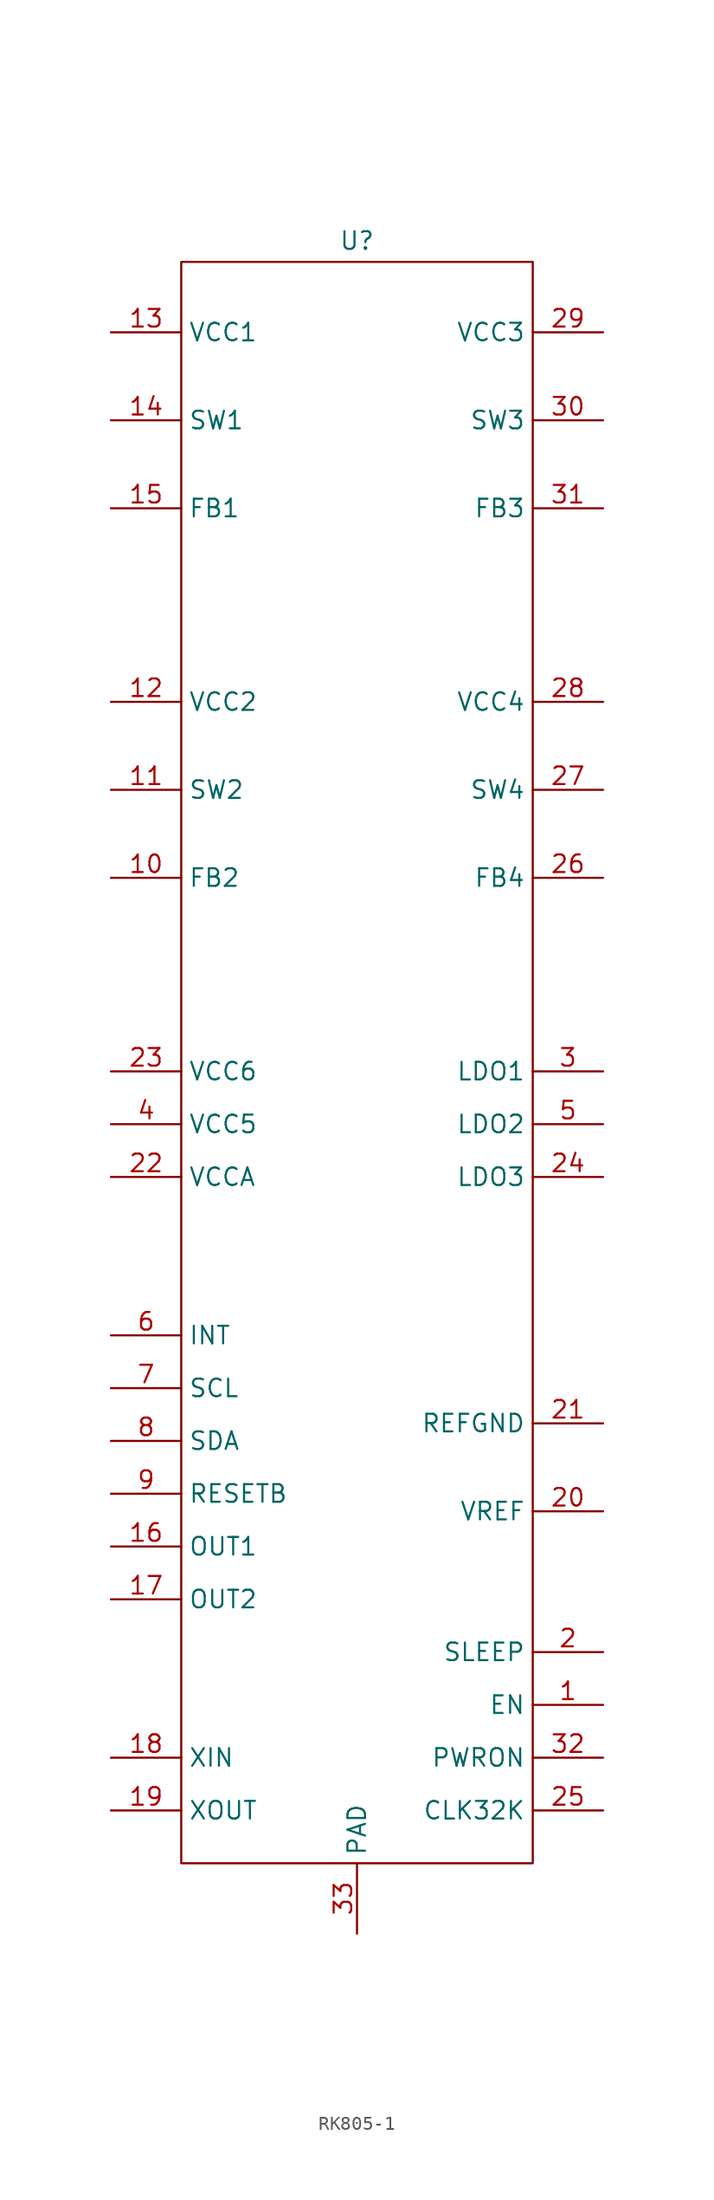
<source format=kicad_sym>
(kicad_symbol_lib
  (version 20231120)
  (generator "kicad_symbol_editor")
  (generator_version "8.0")
  (symbol "RK805-1"
    (property "Reference" "U"
      (at 0 68.834 0)
      (effects (font (size 1.27 1.27))))
    (property "Value" ""
      (at 0 0 0)
      (effects (font (size 1.27 1.27))))
    (symbol "RK805-1_0_1"
      (rectangle (start -12.7 67.31) (end 12.7 -48.26) (stroke (width 0) (type default)) (fill (type none))))
    (symbol "RK805-1_1_1"
      (pin input line (at 17.78 -36.83 180) (length 5.08) (name "EN" (effects (font (size 1.27 1.27)))) (number "1" (effects (font (size 1.27 1.27)))))
      (pin input line (at -17.78 22.86 0) (length 5.08) (name "FB2" (effects (font (size 1.27 1.27)))) (number "10" (effects (font (size 1.27 1.27)))))
      (pin input line (at -17.78 29.21 0) (length 5.08) (name "SW2" (effects (font (size 1.27 1.27)))) (number "11" (effects (font (size 1.27 1.27)))))
      (pin input line (at -17.78 35.56 0) (length 5.08) (name "VCC2" (effects (font (size 1.27 1.27)))) (number "12" (effects (font (size 1.27 1.27)))))
      (pin input line (at -17.78 62.23 0) (length 5.08) (name "VCC1" (effects (font (size 1.27 1.27)))) (number "13" (effects (font (size 1.27 1.27)))))
      (pin input line (at -17.78 55.88 0) (length 5.08) (name "SW1" (effects (font (size 1.27 1.27)))) (number "14" (effects (font (size 1.27 1.27)))))
      (pin input line (at -17.78 49.53 0) (length 5.08) (name "FB1" (effects (font (size 1.27 1.27)))) (number "15" (effects (font (size 1.27 1.27)))))
      (pin input line (at -17.78 -25.4 0) (length 5.08) (name "OUT1" (effects (font (size 1.27 1.27)))) (number "16" (effects (font (size 1.27 1.27)))))
      (pin input line (at -17.78 -29.21 0) (length 5.08) (name "OUT2" (effects (font (size 1.27 1.27)))) (number "17" (effects (font (size 1.27 1.27)))))
      (pin input line (at -17.78 -40.64 0) (length 5.08) (name "XIN" (effects (font (size 1.27 1.27)))) (number "18" (effects (font (size 1.27 1.27)))))
      (pin input line (at -17.78 -44.45 0) (length 5.08) (name "XOUT" (effects (font (size 1.27 1.27)))) (number "19" (effects (font (size 1.27 1.27)))))
      (pin input line (at 17.78 -33.02 180) (length 5.08) (name "SLEEP" (effects (font (size 1.27 1.27)))) (number "2" (effects (font (size 1.27 1.27)))))
      (pin input line (at 17.78 -22.86 180) (length 5.08) (name "VREF" (effects (font (size 1.27 1.27)))) (number "20" (effects (font (size 1.27 1.27)))))
      (pin input line (at 17.78 -16.51 180) (length 5.08) (name "REFGND" (effects (font (size 1.27 1.27)))) (number "21" (effects (font (size 1.27 1.27)))))
      (pin input line (at -17.78 1.27 0) (length 5.08) (name "VCCA" (effects (font (size 1.27 1.27)))) (number "22" (effects (font (size 1.27 1.27)))))
      (pin input line (at -17.78 8.89 0) (length 5.08) (name "VCC6" (effects (font (size 1.27 1.27)))) (number "23" (effects (font (size 1.27 1.27)))))
      (pin input line (at 17.78 1.27 180) (length 5.08) (name "LDO3" (effects (font (size 1.27 1.27)))) (number "24" (effects (font (size 1.27 1.27)))))
      (pin input line (at 17.78 -44.45 180) (length 5.08) (name "CLK32K" (effects (font (size 1.27 1.27)))) (number "25" (effects (font (size 1.27 1.27)))))
      (pin input line (at 17.78 22.86 180) (length 5.08) (name "FB4" (effects (font (size 1.27 1.27)))) (number "26" (effects (font (size 1.27 1.27)))))
      (pin input line (at 17.78 29.21 180) (length 5.08) (name "SW4" (effects (font (size 1.27 1.27)))) (number "27" (effects (font (size 1.27 1.27)))))
      (pin input line (at 17.78 35.56 180) (length 5.08) (name "VCC4" (effects (font (size 1.27 1.27)))) (number "28" (effects (font (size 1.27 1.27)))))
      (pin input line (at 17.78 62.23 180) (length 5.08) (name "VCC3" (effects (font (size 1.27 1.27)))) (number "29" (effects (font (size 1.27 1.27)))))
      (pin input line (at 17.78 8.89 180) (length 5.08) (name "LDO1" (effects (font (size 1.27 1.27)))) (number "3" (effects (font (size 1.27 1.27)))))
      (pin input line (at 17.78 55.88 180) (length 5.08) (name "SW3" (effects (font (size 1.27 1.27)))) (number "30" (effects (font (size 1.27 1.27)))))
      (pin input line (at 17.78 49.53 180) (length 5.08) (name "FB3" (effects (font (size 1.27 1.27)))) (number "31" (effects (font (size 1.27 1.27)))))
      (pin input line (at 17.78 -40.64 180) (length 5.08) (name "PWRON" (effects (font (size 1.27 1.27)))) (number "32" (effects (font (size 1.27 1.27)))))
      (pin input line (at 0 -53.34 90) (length 5.08) (name "PAD" (effects (font (size 1.27 1.27)))) (number "33" (effects (font (size 1.27 1.27)))))
      (pin input line (at -17.78 5.08 0) (length 5.08) (name "VCC5" (effects (font (size 1.27 1.27)))) (number "4" (effects (font (size 1.27 1.27)))))
      (pin input line (at 17.78 5.08 180) (length 5.08) (name "LDO2" (effects (font (size 1.27 1.27)))) (number "5" (effects (font (size 1.27 1.27)))))
      (pin input line (at -17.78 -10.16 0) (length 5.08) (name "INT" (effects (font (size 1.27 1.27)))) (number "6" (effects (font (size 1.27 1.27)))))
      (pin input line (at -17.78 -13.97 0) (length 5.08) (name "SCL" (effects (font (size 1.27 1.27)))) (number "7" (effects (font (size 1.27 1.27)))))
      (pin input line (at -17.78 -17.78 0) (length 5.08) (name "SDA" (effects (font (size 1.27 1.27)))) (number "8" (effects (font (size 1.27 1.27)))))
      (pin input line (at -17.78 -21.59 0) (length 5.08) (name "RESETB" (effects (font (size 1.27 1.27)))) (number "9" (effects (font (size 1.27 1.27))))))))
</source>
